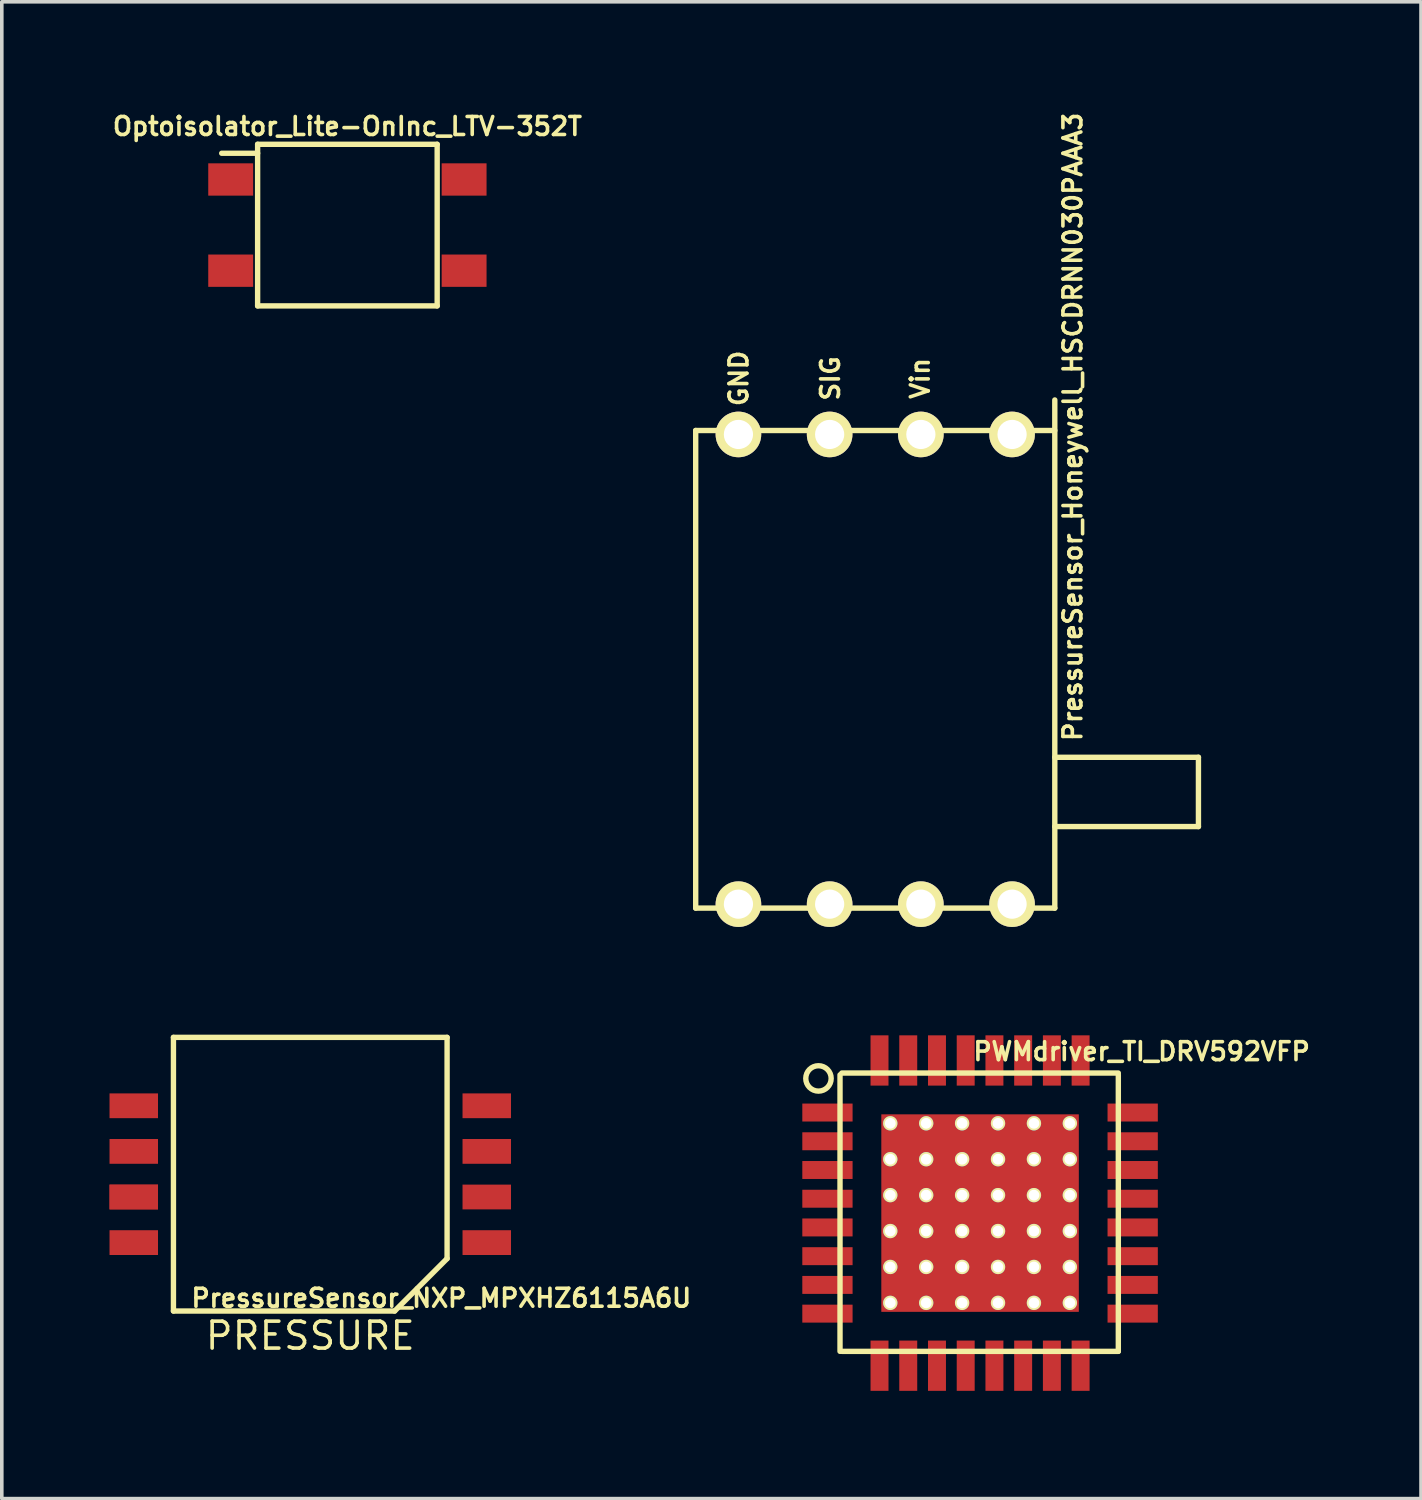
<source format=kicad_pcb>
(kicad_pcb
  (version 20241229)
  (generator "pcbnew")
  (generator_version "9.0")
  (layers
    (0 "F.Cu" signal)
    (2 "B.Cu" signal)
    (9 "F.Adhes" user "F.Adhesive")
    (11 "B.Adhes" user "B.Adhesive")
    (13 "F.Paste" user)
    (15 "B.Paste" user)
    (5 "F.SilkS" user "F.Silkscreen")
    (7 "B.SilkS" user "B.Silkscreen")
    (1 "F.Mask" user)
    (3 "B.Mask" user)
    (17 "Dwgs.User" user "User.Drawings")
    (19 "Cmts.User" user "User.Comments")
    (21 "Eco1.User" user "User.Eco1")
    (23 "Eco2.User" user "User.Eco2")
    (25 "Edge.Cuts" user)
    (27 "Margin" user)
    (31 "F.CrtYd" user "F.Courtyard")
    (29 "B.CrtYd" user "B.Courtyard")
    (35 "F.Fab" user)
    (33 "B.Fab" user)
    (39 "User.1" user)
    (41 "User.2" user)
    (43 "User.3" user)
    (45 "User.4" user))
  (footprint "PressureSensor_NXP_MPXHZ6115A6U"
    (layer "F.Cu")
    (at 5.59 29.648)
    (property "Reference" "PressureSensor_NXP_MPXHZ6115A6U" (at 3.65 3.45 0) (layer "F.SilkS") (effects (font (size 0.5 0.5) (thickness 0.1))))
    (attr through_hole)
    (fp_line (start -3.81 -3.81) (end -3.81 3.81) (stroke (width 0.15) (type solid)) (layer "F.SilkS"))
    (fp_line (start -3.81 -3.81) (end 3.81 -3.81) (stroke (width 0.15) (type solid)) (layer "F.SilkS"))
    (fp_line (start 2.35 3.81) (end -3.81 3.81) (stroke (width 0.15) (type solid)) (layer "F.SilkS"))
    (fp_line (start 3.81 2.35) (end 2.35 3.81) (stroke (width 0.15) (type solid)) (layer "F.SilkS"))
    (fp_line (start 3.81 2.35) (end 3.81 -3.81) (stroke (width 0.15) (type solid)) (layer "F.SilkS"))
    (fp_text user "PRESSURE" (at 0 4.5 0) (layer "F.SilkS") (effects (font (size 0.75 0.75) (thickness 0.1))))
    (pad "1" smd rect (at 4.915 1.905) (size 1.35 0.69) (layers "F.Cu" "F.Mask" "F.Paste"))
    (pad "2" smd rect (at 4.915 0.635) (size 1.35 0.69) (layers "F.Cu" "F.Mask" "F.Paste"))
    (pad "3" smd rect (at 4.915 -0.635) (size 1.35 0.69) (layers "F.Cu" "F.Mask" "F.Paste"))
    (pad "4" smd rect (at 4.915 -1.905) (size 1.35 0.69) (layers "F.Cu" "F.Mask" "F.Paste"))
    (pad "5" smd rect (at -4.915 -1.905) (size 1.35 0.69) (layers "F.Cu" "F.Mask" "F.Paste"))
    (pad "6" smd rect (at -4.915 -0.635) (size 1.35 0.69) (layers "F.Cu" "F.Mask" "F.Paste"))
    (pad "7" smd rect (at -4.915 0.635) (size 1.35 0.69) (layers "F.Cu" "F.Mask" "F.Paste"))
    (pad "7" smd rect (at -4.915 0.635) (size 1.35 0.69) (layers "F.Cu" "F.Mask" "F.Paste"))
    (pad "8" smd rect (at -4.915 1.905) (size 1.35 0.69) (layers "F.Cu" "F.Mask" "F.Paste")))
  (footprint "PressureSensor_Honeywell_HSCDRNN030PAAA3"
    (layer "F.Cu")
    (at 21.323 15.588)
    (property "Reference" "PressureSensor_Honeywell_HSCDRNN030PAAA3" (at 5.5 -6.75 270) (layer "F.SilkS") (effects (font (size 0.5 0.5) (thickness 0.1))))
    (attr through_hole)
    (fp_line (start -5 -6.65) (end -5 6.65) (stroke (width 0.15) (type solid)) (layer "F.SilkS"))
    (fp_line (start -5 -6.65) (end 5 -6.65) (stroke (width 0.15) (type solid)) (layer "F.SilkS"))
    (fp_line (start -5 6.65) (end 5 6.65) (stroke (width 0.15) (type solid)) (layer "F.SilkS"))
    (fp_line (start 5 -7.5) (end 5 6.65) (stroke (width 0.15) (type solid)) (layer "F.SilkS"))
    (fp_line (start 5 2.45) (end 9 2.45) (stroke (width 0.15) (type solid)) (layer "F.SilkS"))
    (fp_line (start 5 4.38) (end 9 4.38) (stroke (width 0.15) (type solid)) (layer "F.SilkS"))
    (fp_line (start 9 4.38) (end 9 2.45) (stroke (width 0.15) (type solid)) (layer "F.SilkS"))
    (fp_text user "GND" (at -3.8 -8.1 90) (layer "F.SilkS") (effects (font (size 0.5 0.5) (thickness 0.1))))
    (fp_text user "SIG" (at -1.25 -8.1 90) (layer "F.SilkS") (effects (font (size 0.5 0.5) (thickness 0.1))))
    (fp_text user "Vin" (at 1.25 -8.1 90) (layer "F.SilkS") (effects (font (size 0.5 0.5) (thickness 0.1))))
    (pad "1" thru_hole circle (at 3.81 -6.54) (size 1.27 1.27) (drill 0.813) (layers "*.Cu" "*.Mask" "F.SilkS"))
    (pad "2" thru_hole circle (at 1.27 -6.54) (size 1.27 1.27) (drill 0.813) (layers "*.Cu" "*.Mask" "F.SilkS"))
    (pad "3" thru_hole circle (at -1.27 -6.54) (size 1.27 1.27) (drill 0.813) (layers "*.Cu" "*.Mask" "F.SilkS"))
    (pad "4" thru_hole circle (at -3.81 -6.54) (size 1.27 1.27) (drill 0.813) (layers "*.Cu" "*.Mask" "F.SilkS"))
    (pad "5" thru_hole circle (at -3.81 6.54) (size 1.27 1.27) (drill 0.813) (layers "*.Cu" "*.Mask" "F.SilkS"))
    (pad "6" thru_hole circle (at -1.27 6.54) (size 1.27 1.27) (drill 0.813) (layers "*.Cu" "*.Mask" "F.SilkS"))
    (pad "7" thru_hole circle (at 1.27 6.54) (size 1.27 1.27) (drill 0.813) (layers "*.Cu" "*.Mask" "F.SilkS"))
    (pad "8" thru_hole circle (at 3.81 6.54) (size 1.27 1.27) (drill 0.813) (layers "*.Cu" "*.Mask" "F.SilkS")))
  (footprint "Optoisolator_Lite-OnInc_LTV-352T"
    (layer "F.Cu")
    (at 6.624 3.218)
    (property "Reference" "Optoisolator_Lite-OnInc_LTV-352T" (at 0 -2.75 0) (layer "F.SilkS") (effects (font (size 0.5 0.5) (thickness 0.1))))
    (attr through_hole)
    (fp_line (start -2.5 -2.25) (end -2.5 2.25) (stroke (width 0.15) (type solid)) (layer "F.SilkS"))
    (fp_line (start -2.5 -2.25) (end 2.5 -2.25) (stroke (width 0.15) (type solid)) (layer "F.SilkS"))
    (fp_line (start -2.5 -2) (end -3.5 -2) (stroke (width 0.15) (type solid)) (layer "F.SilkS"))
    (fp_line (start 2.5 -2.25) (end 2.5 2.25) (stroke (width 0.15) (type solid)) (layer "F.SilkS"))
    (fp_line (start 2.5 2.25) (end -2.5 2.25) (stroke (width 0.15) (type solid)) (layer "F.SilkS"))
    (pad "1" smd rect (at -3.25 -1.27) (size 1.25 0.9) (layers "F.Cu" "F.Mask" "F.Paste"))
    (pad "2" smd rect (at -3.25 1.27) (size 1.25 0.9) (layers "F.Cu" "F.Mask" "F.Paste"))
    (pad "3" smd rect (at 3.25 1.27) (size 1.25 0.9) (layers "F.Cu" "F.Mask" "F.Paste"))
    (pad "4" smd rect (at 3.25 -1.27) (size 1.25 0.9) (layers "F.Cu" "F.Mask" "F.Paste")))
  (footprint "PWMdriver_TI_DRV592VFP"
    (layer "F.Cu")
    (at 24.242 30.731)
    (property "Reference" "PWMdriver_TI_DRV592VFP" (at 4.5 -4.5 0) (layer "F.SilkS") (effects (font (size 0.5 0.5) (thickness 0.1))))
    (attr through_hole)
    (fp_line (start -3.9 -3.85) (end -3.9 3.85) (stroke (width 0.15) (type solid)) (layer "F.SilkS"))
    (fp_line (start 3.85 -3.9) (end -3.85 -3.9) (stroke (width 0.15) (type solid)) (layer "F.SilkS"))
    (fp_line (start 3.85 -3.85) (end 3.85 3.85) (stroke (width 0.15) (type solid)) (layer "F.SilkS"))
    (fp_line (start 3.85 3.85) (end -3.85 3.85) (stroke (width 0.15) (type solid)) (layer "F.SilkS"))
    (fp_circle (center -4.5 -3.75) (end -4.25 -4) (stroke (width 0.15) (type solid)) (fill no) (layer "F.SilkS"))
    (pad "1" smd rect (at -4.25 -2.8 270) (size 0.5 1.4) (layers "F.Cu" "F.Mask" "F.Paste"))
    (pad "2" smd rect (at -4.25 -2 270) (size 0.5 1.4) (layers "F.Cu" "F.Mask" "F.Paste"))
    (pad "3" smd rect (at -4.25 -1.2 270) (size 0.5 1.4) (layers "F.Cu" "F.Mask" "F.Paste"))
    (pad "4" smd rect (at -4.25 -0.4 270) (size 0.5 1.4) (layers "F.Cu" "F.Mask" "F.Paste"))
    (pad "5" smd rect (at -4.25 0.4 270) (size 0.5 1.4) (layers "F.Cu" "F.Mask" "F.Paste"))
    (pad "6" smd rect (at -4.25 1.2 270) (size 0.5 1.4) (layers "F.Cu" "F.Mask" "F.Paste"))
    (pad "7" smd rect (at -4.25 2 270) (size 0.5 1.4) (layers "F.Cu" "F.Mask" "F.Paste"))
    (pad "8" smd rect (at -4.25 2.8 270) (size 0.5 1.4) (layers "F.Cu" "F.Mask" "F.Paste"))
    (pad "9" smd rect (at -2.8 4.25 270) (size 1.4 0.5) (layers "F.Cu" "F.Mask" "F.Paste"))
    (pad "10" smd rect (at -2 4.25 270) (size 1.4 0.5) (layers "F.Cu" "F.Mask" "F.Paste"))
    (pad "11" smd rect (at -1.2 4.25 270) (size 1.4 0.5) (layers "F.Cu" "F.Mask" "F.Paste"))
    (pad "12" smd rect (at -0.4 4.25 270) (size 1.4 0.5) (layers "F.Cu" "F.Mask" "F.Paste"))
    (pad "13" smd rect (at 0.4 4.25 270) (size 1.4 0.5) (layers "F.Cu" "F.Mask" "F.Paste"))
    (pad "14" smd rect (at 1.2 4.25 270) (size 1.4 0.5) (layers "F.Cu" "F.Mask" "F.Paste"))
    (pad "15" smd rect (at 2 4.25 270) (size 1.4 0.5) (layers "F.Cu" "F.Mask" "F.Paste"))
    (pad "16" smd rect (at 2.8 4.25 270) (size 1.4 0.5) (layers "F.Cu" "F.Mask" "F.Paste"))
    (pad "17" smd rect (at 4.25 2.8 270) (size 0.5 1.4) (layers "F.Cu" "F.Mask" "F.Paste"))
    (pad "18" smd rect (at 4.25 2 270) (size 0.5 1.4) (layers "F.Cu" "F.Mask" "F.Paste"))
    (pad "19" smd rect (at 4.25 1.2 270) (size 0.5 1.4) (layers "F.Cu" "F.Mask" "F.Paste"))
    (pad "20" smd rect (at 4.25 0.4 270) (size 0.5 1.4) (layers "F.Cu" "F.Mask" "F.Paste"))
    (pad "21" smd rect (at 4.25 -0.4 270) (size 0.5 1.4) (layers "F.Cu" "F.Mask" "F.Paste"))
    (pad "22" smd rect (at 4.25 -1.2 270) (size 0.5 1.4) (layers "F.Cu" "F.Mask" "F.Paste"))
    (pad "23" smd rect (at 4.25 -2 270) (size 0.5 1.4) (layers "F.Cu" "F.Mask" "F.Paste"))
    (pad "24" smd rect (at 4.25 -2.8 270) (size 0.5 1.4) (layers "F.Cu" "F.Mask" "F.Paste"))
    (pad "25" smd rect (at 2.8 -4.25 270) (size 1.4 0.5) (layers "F.Cu" "F.Mask" "F.Paste"))
    (pad "26" smd rect (at 2 -4.25 270) (size 1.4 0.5) (layers "F.Cu" "F.Mask" "F.Paste"))
    (pad "27" smd rect (at 1.2 -4.25 270) (size 1.4 0.5) (layers "F.Cu" "F.Mask" "F.Paste"))
    (pad "28" smd rect (at 0.4 -4.25 270) (size 1.4 0.5) (layers "F.Cu" "F.Mask" "F.Paste"))
    (pad "29" smd rect (at -0.4 -4.25 270) (size 1.4 0.5) (layers "F.Cu" "F.Mask" "F.Paste"))
    (pad "30" smd rect (at -1.2 -4.25 270) (size 1.4 0.5) (layers "F.Cu" "F.Mask" "F.Paste"))
    (pad "31" smd rect (at -2 -4.25 270) (size 1.4 0.5) (layers "F.Cu" "F.Mask" "F.Paste"))
    (pad "32" smd rect (at -2.8 -4.25 270) (size 1.4 0.5) (layers "F.Cu" "F.Mask" "F.Paste"))
    (pad "33" thru_hole circle (at -2.5 -2.5 270) (size 0.4 0.4) (drill 0.3) (layers "*.Cu" "*.Mask" "F.SilkS"))
    (pad "33" thru_hole circle (at -2.5 -1.5 270) (size 0.4 0.4) (drill 0.3) (layers "*.Cu" "*.Mask" "F.SilkS"))
    (pad "33" thru_hole circle (at -2.5 -0.5 270) (size 0.4 0.4) (drill 0.3) (layers "*.Cu" "*.Mask" "F.SilkS"))
    (pad "33" thru_hole circle (at -2.5 0.5 270) (size 0.4 0.4) (drill 0.3) (layers "*.Cu" "*.Mask" "F.SilkS"))
    (pad "33" thru_hole circle (at -2.5 1.5 270) (size 0.4 0.4) (drill 0.3) (layers "*.Cu" "*.Mask" "F.SilkS"))
    (pad "33" thru_hole circle (at -2.5 2.5 270) (size 0.4 0.4) (drill 0.3) (layers "*.Cu" "*.Mask" "F.SilkS"))
    (pad "33" thru_hole circle (at -1.5 -2.5 270) (size 0.4 0.4) (drill 0.3) (layers "*.Cu" "*.Mask" "F.SilkS"))
    (pad "33" thru_hole circle (at -1.5 -1.5 270) (size 0.4 0.4) (drill 0.3) (layers "*.Cu" "*.Mask" "F.SilkS"))
    (pad "33" thru_hole circle (at -1.5 -0.5 270) (size 0.4 0.4) (drill 0.3) (layers "*.Cu" "*.Mask" "F.SilkS"))
    (pad "33" thru_hole circle (at -1.5 0.5 270) (size 0.4 0.4) (drill 0.3) (layers "*.Cu" "*.Mask" "F.SilkS"))
    (pad "33" thru_hole circle (at -1.5 1.5 270) (size 0.4 0.4) (drill 0.3) (layers "*.Cu" "*.Mask" "F.SilkS"))
    (pad "33" thru_hole circle (at -1.5 2.5 270) (size 0.4 0.4) (drill 0.3) (layers "*.Cu" "*.Mask" "F.SilkS"))
    (pad "33" thru_hole circle (at -0.5 -2.5 270) (size 0.4 0.4) (drill 0.3) (layers "*.Cu" "*.Mask" "F.SilkS"))
    (pad "33" thru_hole circle (at -0.5 -1.5 270) (size 0.4 0.4) (drill 0.3) (layers "*.Cu" "*.Mask" "F.SilkS"))
    (pad "33" thru_hole circle (at -0.5 -0.5 270) (size 0.4 0.4) (drill 0.3) (layers "*.Cu" "*.Mask" "F.SilkS"))
    (pad "33" thru_hole circle (at -0.5 0.5 270) (size 0.4 0.4) (drill 0.3) (layers "*.Cu" "*.Mask" "F.SilkS"))
    (pad "33" thru_hole circle (at -0.5 1.5 270) (size 0.4 0.4) (drill 0.3) (layers "*.Cu" "*.Mask" "F.SilkS"))
    (pad "33" thru_hole circle (at -0.5 2.5 270) (size 0.4 0.4) (drill 0.3) (layers "*.Cu" "*.Mask" "F.SilkS"))
    (pad "33" smd rect (at 0 0 270) (size 3.91 3.91) (layers "F.Cu" "F.Mask" "F.Paste"))
    (pad "33" smd rect (at 0 0 270) (size 5.5 5.5) (layers "F.Cu"))
    (pad "33" thru_hole circle (at 0.5 -2.5 270) (size 0.4 0.4) (drill 0.3) (layers "*.Cu" "F.SilkS"))
    (pad "33" thru_hole circle (at 0.5 -1.5 270) (size 0.4 0.4) (drill 0.3) (layers "*.Cu" "F.SilkS"))
    (pad "33" thru_hole circle (at 0.5 -0.5 270) (size 0.4 0.4) (drill 0.3) (layers "*.Cu" "F.SilkS"))
    (pad "33" thru_hole circle (at 0.5 0.5 270) (size 0.4 0.4) (drill 0.3) (layers "*.Cu" "*.Mask" "F.SilkS"))
    (pad "33" thru_hole circle (at 0.5 1.5 270) (size 0.4 0.4) (drill 0.3) (layers "*.Cu" "*.Mask" "F.SilkS"))
    (pad "33" thru_hole circle (at 0.5 2.5 270) (size 0.4 0.4) (drill 0.3) (layers "*.Cu" "*.Mask" "F.SilkS"))
    (pad "33" thru_hole circle (at 1.5 -2.5 270) (size 0.4 0.4) (drill 0.3) (layers "*.Cu" "F.SilkS"))
    (pad "33" thru_hole circle (at 1.5 -1.5 270) (size 0.4 0.4) (drill 0.3) (layers "*.Cu" "F.SilkS"))
    (pad "33" thru_hole circle (at 1.5 -0.5 270) (size 0.4 0.4) (drill 0.3) (layers "*.Cu" "F.SilkS"))
    (pad "33" thru_hole circle (at 1.5 0.5 270) (size 0.4 0.4) (drill 0.3) (layers "*.Cu" "*.Mask" "F.SilkS"))
    (pad "33" thru_hole circle (at 1.5 1.5 270) (size 0.4 0.4) (drill 0.3) (layers "*.Cu" "*.Mask" "F.SilkS"))
    (pad "33" thru_hole circle (at 1.5 2.5 270) (size 0.4 0.4) (drill 0.3) (layers "*.Cu" "*.Mask" "F.SilkS"))
    (pad "33" thru_hole circle (at 2.5 -2.5 270) (size 0.4 0.4) (drill 0.3) (layers "*.Cu" "F.SilkS"))
    (pad "33" thru_hole circle (at 2.5 -1.5 270) (size 0.4 0.4) (drill 0.3) (layers "*.Cu" "F.SilkS"))
    (pad "33" thru_hole circle (at 2.5 -0.5 270) (size 0.4 0.4) (drill 0.3) (layers "*.Cu" "F.SilkS"))
    (pad "33" thru_hole circle (at 2.5 0.5 270) (size 0.4 0.4) (drill 0.3) (layers "*.Cu" "*.Mask" "F.SilkS"))
    (pad "33" thru_hole circle (at 2.5 1.5 270) (size 0.4 0.4) (drill 0.3) (layers "*.Cu" "*.Mask" "F.SilkS"))
    (pad "33" thru_hole circle (at 2.5 2.5 270) (size 0.4 0.4) (drill 0.3) (layers "*.Cu" "*.Mask" "F.SilkS")))
  (gr_rect
    (start -3 -3)
    (end 36.521 38.681)
    (stroke (width 0.1) (type default))
    (fill no)
    (layer "Edge.Cuts")))
</source>
